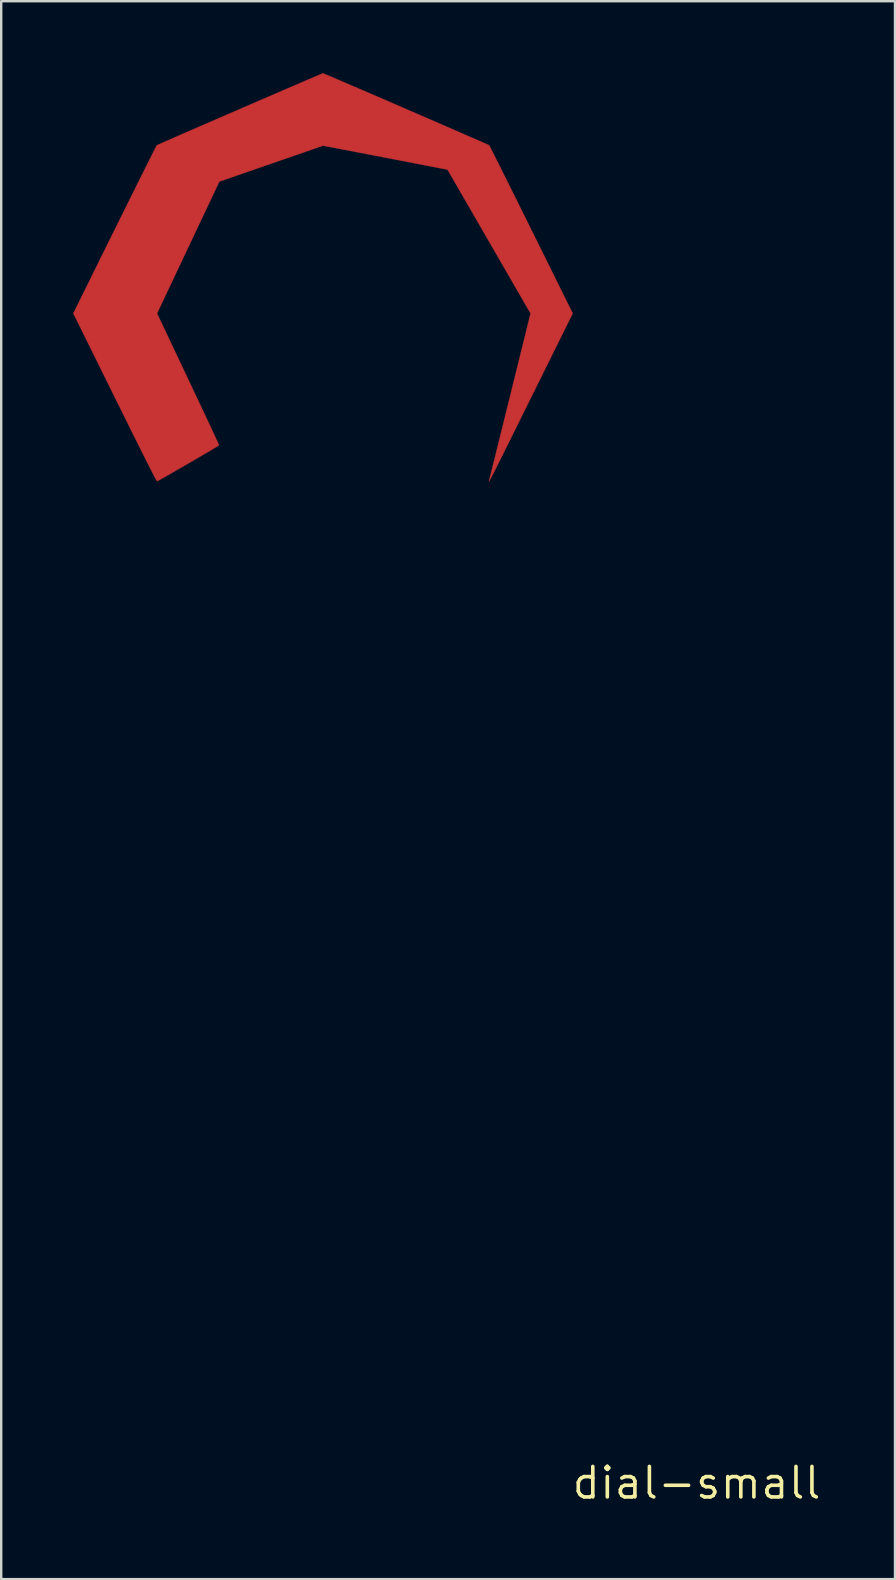
<source format=kicad_pcb>
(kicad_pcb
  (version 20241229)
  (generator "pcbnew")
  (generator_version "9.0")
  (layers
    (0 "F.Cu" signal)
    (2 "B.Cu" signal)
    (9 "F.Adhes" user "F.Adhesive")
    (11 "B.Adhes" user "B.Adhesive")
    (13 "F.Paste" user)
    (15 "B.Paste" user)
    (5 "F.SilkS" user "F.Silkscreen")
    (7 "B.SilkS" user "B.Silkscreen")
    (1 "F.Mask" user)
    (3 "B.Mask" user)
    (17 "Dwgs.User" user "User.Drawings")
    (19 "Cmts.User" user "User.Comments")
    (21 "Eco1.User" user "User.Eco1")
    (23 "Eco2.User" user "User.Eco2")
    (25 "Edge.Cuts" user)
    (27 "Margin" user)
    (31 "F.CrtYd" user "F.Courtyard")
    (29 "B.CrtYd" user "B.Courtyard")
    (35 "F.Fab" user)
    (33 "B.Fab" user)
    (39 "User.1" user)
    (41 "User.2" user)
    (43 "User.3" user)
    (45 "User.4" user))
  (footprint "dial-small"
    (layer "F.Cu")
    (at 25.977 58.749)
    (property "Reference" "dial-small" (at 0 0 0) (layer "F.SilkS") (effects (font (size 1.27 1.27) (thickness 0.15))))
    (attr through_hole)
    (fp_poly (pts (xy -15.546 -58.736) (xy -15.488 -58.712) (xy -15.395 -58.673) (xy -15.271 -58.62) (xy -15.118 -58.555) (xy -14.937 -58.478) (xy -14.733 -58.39) (xy -14.506 -58.292) (xy -14.259 -58.186) (xy -13.996 -58.073) (xy -13.717 -57.952) (xy -13.426 -57.827) (xy -13.124 -57.696) (xy -12.815 -57.563) (xy -12.5 -57.427) (xy -12.183 -57.289) (xy -11.865 -57.151) (xy -11.549 -57.014) (xy -11.236 -56.879) (xy -10.931 -56.746) (xy -10.634 -56.618) (xy -10.349 -56.494) (xy -10.078 -56.376) (xy -9.823 -56.264) (xy -9.586 -56.161) (xy -9.37 -56.067) (xy -9.177 -55.983) (xy -9.011 -55.91) (xy -8.872 -55.849) (xy -8.764 -55.801) (xy -8.688 -55.767) (xy -8.648 -55.748) (xy -8.642 -55.745) (xy -8.63 -55.724) (xy -8.6 -55.667) (xy -8.554 -55.575) (xy -8.491 -55.451) (xy -8.414 -55.297) (xy -8.322 -55.115) (xy -8.218 -54.906) (xy -8.101 -54.672) (xy -7.973 -54.415) (xy -7.835 -54.137) (xy -7.687 -53.841) (xy -7.531 -53.527) (xy -7.368 -53.198) (xy -7.198 -52.855) (xy -7.023 -52.501) (xy -6.889 -52.23) (xy -5.161 -48.739) (xy -5.99 -47.065) (xy -6.134 -46.776) (xy -6.292 -46.456) (xy -6.463 -46.111) (xy -6.642 -45.75) (xy -6.825 -45.379) (xy -7.011 -45.005) (xy -7.194 -44.634) (xy -7.371 -44.275) (xy -7.54 -43.933) (xy -7.697 -43.617) (xy -7.722 -43.566) (xy -7.85 -43.307) (xy -7.974 -43.058) (xy -8.091 -42.823) (xy -8.2 -42.604) (xy -8.3 -42.404) (xy -8.39 -42.225) (xy -8.469 -42.07) (xy -8.534 -41.942) (xy -8.585 -41.843) (xy -8.621 -41.776) (xy -8.639 -41.744) (xy -8.642 -41.741) (xy -8.652 -41.753) (xy -8.65 -41.757) (xy -8.644 -41.778) (xy -8.629 -41.839) (xy -8.604 -41.937) (xy -8.571 -42.07) (xy -8.529 -42.235) (xy -8.481 -42.43) (xy -8.425 -42.654) (xy -8.363 -42.904) (xy -8.295 -43.178) (xy -8.221 -43.474) (xy -8.143 -43.79) (xy -8.06 -44.124) (xy -7.973 -44.473) (xy -7.884 -44.836) (xy -7.791 -45.21) (xy -7.78 -45.255) (xy -6.919 -48.738) (xy -8.647 -51.732) (xy -8.837 -52.061) (xy -9.021 -52.379) (xy -9.197 -52.685) (xy -9.366 -52.978) (xy -9.526 -53.254) (xy -9.676 -53.513) (xy -9.814 -53.753) (xy -9.94 -53.971) (xy -10.052 -54.165) (xy -10.15 -54.334) (xy -10.232 -54.475) (xy -10.296 -54.587) (xy -10.343 -54.668) (xy -10.371 -54.716) (xy -10.379 -54.73) (xy -10.4 -54.734) (xy -10.46 -54.746) (xy -10.556 -54.765) (xy -10.687 -54.79) (xy -10.849 -54.821) (xy -11.04 -54.858) (xy -11.258 -54.9) (xy -11.5 -54.947) (xy -11.763 -54.998) (xy -12.046 -55.053) (xy -12.345 -55.11) (xy -12.658 -55.171) (xy -12.972 -55.231) (xy -15.562 -55.729) (xy -17.724 -54.981) (xy -19.886 -54.233) (xy -21.145 -51.569) (xy -21.296 -51.251) (xy -21.441 -50.943) (xy -21.581 -50.647) (xy -21.714 -50.365) (xy -21.84 -50.099) (xy -21.957 -49.852) (xy -22.063 -49.626) (xy -22.159 -49.423) (xy -22.243 -49.245) (xy -22.313 -49.096) (xy -22.37 -48.976) (xy -22.411 -48.888) (xy -22.436 -48.835) (xy -22.443 -48.82) (xy -22.481 -48.736) (xy -21.189 -46.002) (xy -21.037 -45.681) (xy -20.891 -45.371) (xy -20.751 -45.073) (xy -20.617 -44.79) (xy -20.492 -44.524) (xy -20.376 -44.277) (xy -20.27 -44.051) (xy -20.175 -43.849) (xy -20.093 -43.672) (xy -20.023 -43.523) (xy -19.968 -43.404) (xy -19.928 -43.316) (xy -19.904 -43.263) (xy -19.897 -43.247) (xy -19.914 -43.234) (xy -19.965 -43.201) (xy -20.046 -43.152) (xy -20.152 -43.088) (xy -20.281 -43.012) (xy -20.429 -42.925) (xy -20.592 -42.829) (xy -20.767 -42.727) (xy -20.95 -42.62) (xy -21.137 -42.511) (xy -21.326 -42.402) (xy -21.511 -42.294) (xy -21.691 -42.191) (xy -21.861 -42.093) (xy -22.017 -42.003) (xy -22.156 -41.924) (xy -22.275 -41.857) (xy -22.37 -41.804) (xy -22.438 -41.767) (xy -22.474 -41.749) (xy -22.478 -41.748) (xy -22.486 -41.755) (xy -22.504 -41.782) (xy -22.531 -41.828) (xy -22.567 -41.895) (xy -22.615 -41.984) (xy -22.674 -42.097) (xy -22.744 -42.235) (xy -22.827 -42.398) (xy -22.923 -42.588) (xy -23.033 -42.807) (xy -23.157 -43.055) (xy -23.296 -43.334) (xy -23.451 -43.645) (xy -23.622 -43.989) (xy -23.809 -44.367) (xy -24.014 -44.781) (xy -24.237 -45.231) (xy -24.242 -45.24) (xy -25.972 -48.74) (xy -24.246 -52.231) (xy -24.067 -52.592) (xy -23.893 -52.943) (xy -23.724 -53.283) (xy -23.563 -53.608) (xy -23.409 -53.918) (xy -23.264 -54.21) (xy -23.128 -54.482) (xy -23.003 -54.733) (xy -22.89 -54.961) (xy -22.788 -55.164) (xy -22.7 -55.339) (xy -22.627 -55.486) (xy -22.568 -55.601) (xy -22.526 -55.684) (xy -22.501 -55.732) (xy -22.494 -55.744) (xy -22.472 -55.755) (xy -22.414 -55.781) (xy -22.322 -55.822) (xy -22.198 -55.877) (xy -22.045 -55.944) (xy -21.865 -56.023) (xy -21.66 -56.112) (xy -21.434 -56.211) (xy -21.187 -56.319) (xy -20.924 -56.433) (xy -20.645 -56.555) (xy -20.354 -56.681) (xy -20.052 -56.812) (xy -19.743 -56.946) (xy -19.429 -57.082) (xy -19.111 -57.22) (xy -18.793 -57.358) (xy -18.477 -57.495) (xy -18.165 -57.63) (xy -17.859 -57.762) (xy -17.562 -57.89) (xy -17.277 -58.013) (xy -17.006 -58.13) (xy -16.75 -58.24) (xy -16.513 -58.342) (xy -16.297 -58.435) (xy -16.105 -58.518) (xy -15.938 -58.589) (xy -15.799 -58.648) (xy -15.69 -58.694) (xy -15.615 -58.726) (xy -15.574 -58.742) (xy -15.568 -58.744) (xy -15.546 -58.736)) (stroke (width 0.01) (type solid)) (fill yes) (layer "F.Cu"))
    (fp_poly (pts (xy -15.546 -58.736) (xy -15.488 -58.712) (xy -15.395 -58.673) (xy -15.271 -58.62) (xy -15.118 -58.555) (xy -14.937 -58.478) (xy -14.733 -58.39) (xy -14.506 -58.292) (xy -14.259 -58.186) (xy -13.996 -58.073) (xy -13.717 -57.952) (xy -13.426 -57.827) (xy -13.124 -57.696) (xy -12.815 -57.563) (xy -12.5 -57.427) (xy -12.183 -57.289) (xy -11.865 -57.151) (xy -11.549 -57.014) (xy -11.236 -56.879) (xy -10.931 -56.746) (xy -10.634 -56.618) (xy -10.349 -56.494) (xy -10.078 -56.376) (xy -9.823 -56.264) (xy -9.586 -56.161) (xy -9.37 -56.067) (xy -9.177 -55.983) (xy -9.011 -55.91) (xy -8.872 -55.849) (xy -8.764 -55.801) (xy -8.688 -55.767) (xy -8.648 -55.748) (xy -8.642 -55.745) (xy -8.63 -55.724) (xy -8.6 -55.667) (xy -8.554 -55.575) (xy -8.491 -55.451) (xy -8.414 -55.297) (xy -8.322 -55.115) (xy -8.218 -54.906) (xy -8.101 -54.672) (xy -7.973 -54.415) (xy -7.835 -54.137) (xy -7.687 -53.841) (xy -7.531 -53.527) (xy -7.368 -53.198) (xy -7.198 -52.855) (xy -7.023 -52.501) (xy -6.889 -52.23) (xy -5.161 -48.739) (xy -5.99 -47.065) (xy -6.134 -46.776) (xy -6.292 -46.456) (xy -6.463 -46.111) (xy -6.642 -45.75) (xy -6.825 -45.379) (xy -7.011 -45.005) (xy -7.194 -44.634) (xy -7.371 -44.275) (xy -7.54 -43.933) (xy -7.697 -43.617) (xy -7.722 -43.566) (xy -7.85 -43.307) (xy -7.974 -43.058) (xy -8.091 -42.823) (xy -8.2 -42.604) (xy -8.3 -42.404) (xy -8.39 -42.225) (xy -8.469 -42.07) (xy -8.534 -41.942) (xy -8.585 -41.843) (xy -8.621 -41.776) (xy -8.639 -41.744) (xy -8.642 -41.741) (xy -8.652 -41.753) (xy -8.65 -41.757) (xy -8.644 -41.778) (xy -8.629 -41.839) (xy -8.604 -41.937) (xy -8.571 -42.07) (xy -8.529 -42.235) (xy -8.481 -42.43) (xy -8.425 -42.654) (xy -8.363 -42.904) (xy -8.295 -43.178) (xy -8.221 -43.474) (xy -8.143 -43.79) (xy -8.06 -44.124) (xy -7.973 -44.473) (xy -7.884 -44.836) (xy -7.791 -45.21) (xy -7.78 -45.255) (xy -6.919 -48.738) (xy -8.647 -51.732) (xy -8.837 -52.061) (xy -9.021 -52.379) (xy -9.197 -52.685) (xy -9.366 -52.978) (xy -9.526 -53.254) (xy -9.676 -53.513) (xy -9.814 -53.753) (xy -9.94 -53.971) (xy -10.052 -54.165) (xy -10.15 -54.334) (xy -10.232 -54.475) (xy -10.296 -54.587) (xy -10.343 -54.668) (xy -10.371 -54.716) (xy -10.379 -54.73) (xy -10.4 -54.734) (xy -10.46 -54.746) (xy -10.556 -54.765) (xy -10.687 -54.79) (xy -10.849 -54.821) (xy -11.04 -54.858) (xy -11.258 -54.9) (xy -11.5 -54.947) (xy -11.763 -54.998) (xy -12.046 -55.053) (xy -12.345 -55.11) (xy -12.658 -55.171) (xy -12.972 -55.231) (xy -15.562 -55.729) (xy -17.724 -54.981) (xy -19.886 -54.233) (xy -21.145 -51.569) (xy -21.296 -51.251) (xy -21.441 -50.943) (xy -21.581 -50.647) (xy -21.714 -50.365) (xy -21.84 -50.099) (xy -21.957 -49.852) (xy -22.063 -49.626) (xy -22.159 -49.423) (xy -22.243 -49.245) (xy -22.313 -49.096) (xy -22.37 -48.976) (xy -22.411 -48.888) (xy -22.436 -48.835) (xy -22.443 -48.82) (xy -22.481 -48.736) (xy -21.189 -46.002) (xy -21.037 -45.681) (xy -20.891 -45.371) (xy -20.751 -45.073) (xy -20.617 -44.79) (xy -20.492 -44.524) (xy -20.376 -44.277) (xy -20.27 -44.051) (xy -20.175 -43.849) (xy -20.093 -43.672) (xy -20.023 -43.523) (xy -19.968 -43.404) (xy -19.928 -43.316) (xy -19.904 -43.263) (xy -19.897 -43.247) (xy -19.914 -43.234) (xy -19.965 -43.201) (xy -20.046 -43.152) (xy -20.152 -43.088) (xy -20.281 -43.012) (xy -20.429 -42.925) (xy -20.592 -42.829) (xy -20.767 -42.727) (xy -20.95 -42.62) (xy -21.137 -42.511) (xy -21.326 -42.402) (xy -21.511 -42.294) (xy -21.691 -42.191) (xy -21.861 -42.093) (xy -22.017 -42.003) (xy -22.156 -41.924) (xy -22.275 -41.857) (xy -22.37 -41.804) (xy -22.438 -41.767) (xy -22.474 -41.749) (xy -22.478 -41.748) (xy -22.486 -41.755) (xy -22.504 -41.782) (xy -22.531 -41.828) (xy -22.567 -41.895) (xy -22.615 -41.984) (xy -22.674 -42.097) (xy -22.744 -42.235) (xy -22.827 -42.398) (xy -22.923 -42.588) (xy -23.033 -42.807) (xy -23.157 -43.055) (xy -23.296 -43.334) (xy -23.451 -43.645) (xy -23.622 -43.989) (xy -23.809 -44.367) (xy -24.014 -44.781) (xy -24.237 -45.231) (xy -24.242 -45.24) (xy -25.972 -48.74) (xy -24.246 -52.231) (xy -24.067 -52.592) (xy -23.893 -52.943) (xy -23.724 -53.283) (xy -23.563 -53.608) (xy -23.409 -53.918) (xy -23.264 -54.21) (xy -23.128 -54.482) (xy -23.003 -54.733) (xy -22.89 -54.961) (xy -22.788 -55.164) (xy -22.7 -55.339) (xy -22.627 -55.486) (xy -22.568 -55.601) (xy -22.526 -55.684) (xy -22.501 -55.732) (xy -22.494 -55.744) (xy -22.472 -55.755) (xy -22.414 -55.781) (xy -22.322 -55.822) (xy -22.198 -55.877) (xy -22.045 -55.944) (xy -21.865 -56.023) (xy -21.66 -56.112) (xy -21.434 -56.211) (xy -21.187 -56.319) (xy -20.924 -56.433) (xy -20.645 -56.555) (xy -20.354 -56.681) (xy -20.052 -56.812) (xy -19.743 -56.946) (xy -19.429 -57.082) (xy -19.111 -57.22) (xy -18.793 -57.358) (xy -18.477 -57.495) (xy -18.165 -57.63) (xy -17.859 -57.762) (xy -17.562 -57.89) (xy -17.277 -58.013) (xy -17.006 -58.13) (xy -16.75 -58.24) (xy -16.513 -58.342) (xy -16.297 -58.435) (xy -16.105 -58.518) (xy -15.938 -58.589) (xy -15.799 -58.648) (xy -15.69 -58.694) (xy -15.615 -58.726) (xy -15.574 -58.742) (xy -15.568 -58.744) (xy -15.546 -58.736)) (stroke (width 0.01) (type solid)) (fill yes) (layer "F.Mask")))
  (gr_rect
    (start -3 -3)
    (end 34.246 62.755)
    (stroke (width 0.1) (type default))
    (fill no)
    (layer "Edge.Cuts")))
</source>
